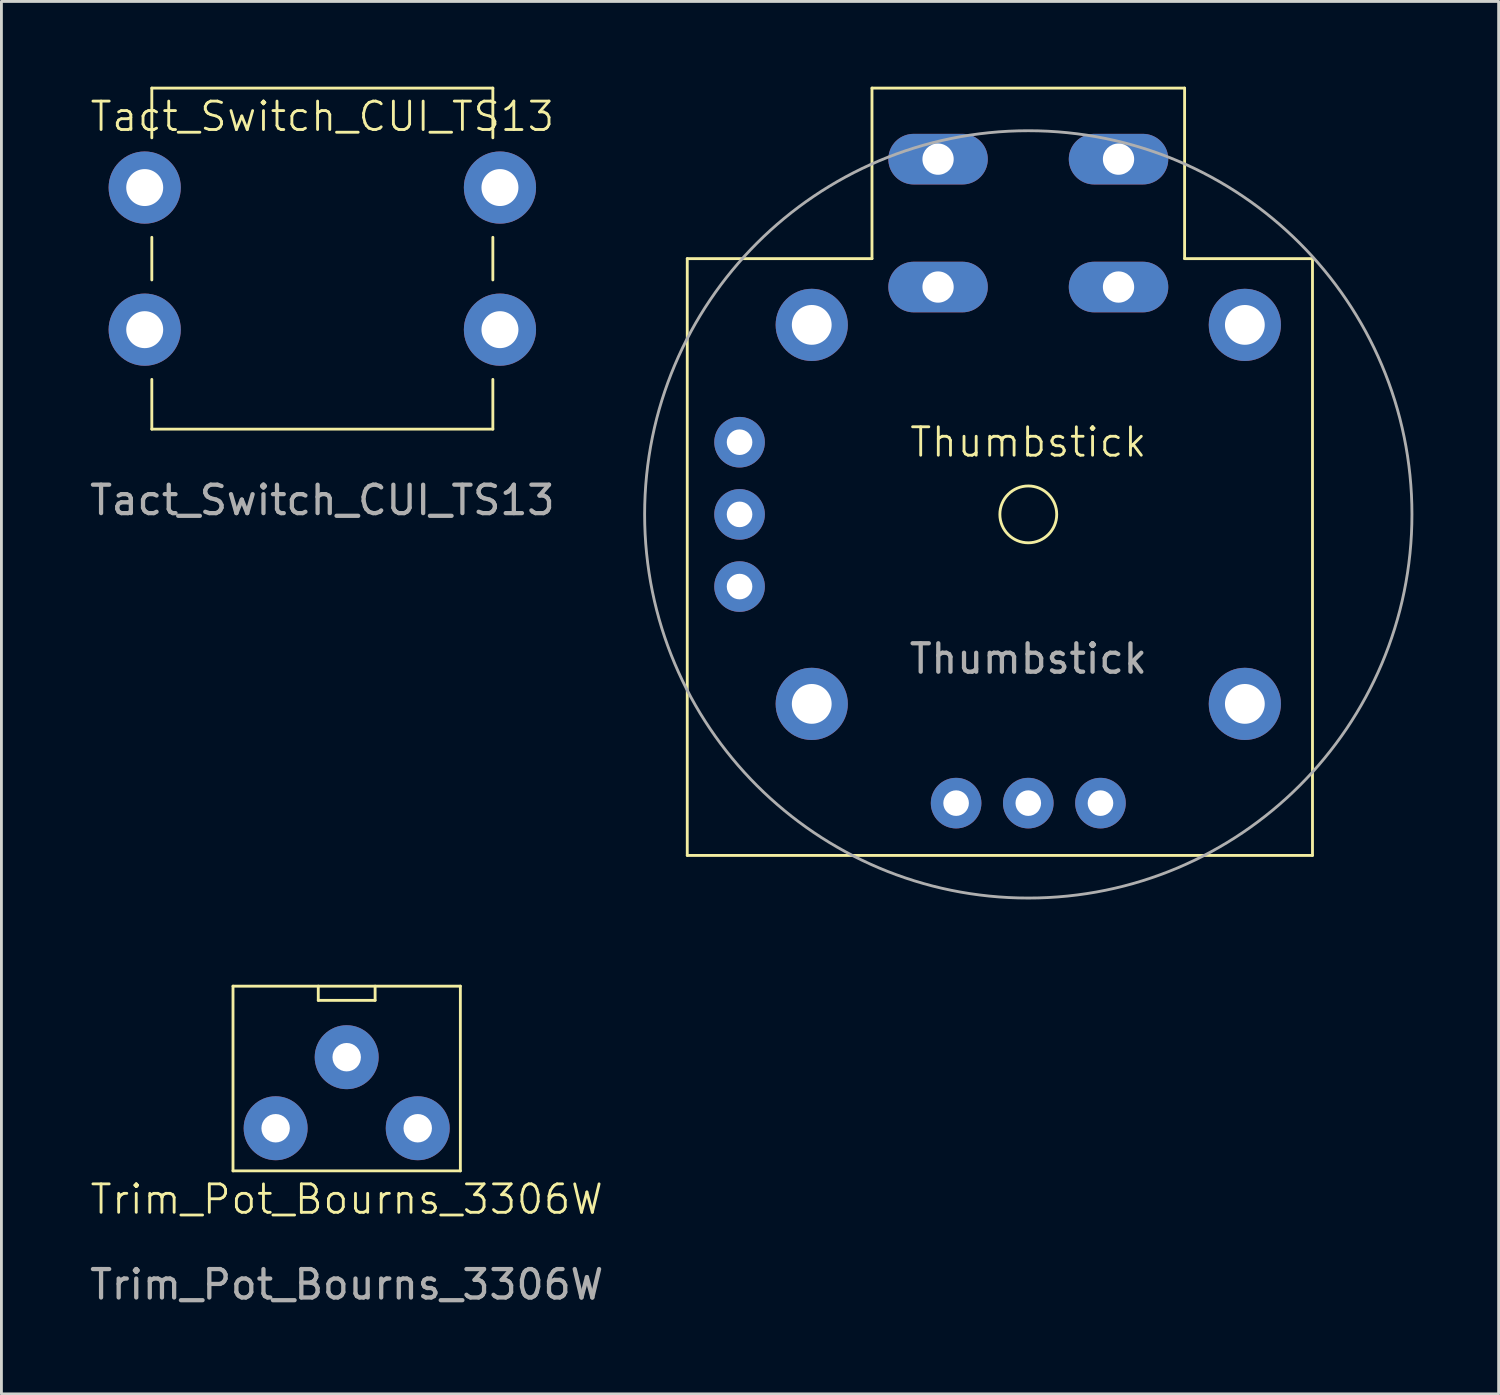
<source format=kicad_pcb>
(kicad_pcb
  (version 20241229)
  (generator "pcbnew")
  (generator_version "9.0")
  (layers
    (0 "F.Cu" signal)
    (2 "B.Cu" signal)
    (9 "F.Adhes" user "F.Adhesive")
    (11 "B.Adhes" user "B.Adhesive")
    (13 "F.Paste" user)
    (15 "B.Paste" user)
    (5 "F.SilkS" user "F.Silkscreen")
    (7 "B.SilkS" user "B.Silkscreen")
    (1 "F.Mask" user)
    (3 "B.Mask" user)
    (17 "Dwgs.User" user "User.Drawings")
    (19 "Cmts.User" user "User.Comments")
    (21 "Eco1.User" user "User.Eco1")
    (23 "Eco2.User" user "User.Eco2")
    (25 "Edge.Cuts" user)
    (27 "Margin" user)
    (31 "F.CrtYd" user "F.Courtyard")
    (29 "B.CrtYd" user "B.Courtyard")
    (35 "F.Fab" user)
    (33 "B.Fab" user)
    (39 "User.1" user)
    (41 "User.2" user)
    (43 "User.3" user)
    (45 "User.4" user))
  (footprint "Trim_Pot_Bourns_3306W"
    (layer "F.Cu")
    (at 9.149 34.15)
    (property "Reference" "Trim_Pot_Bourns_3306W" (at 0 5 0) (unlocked yes) (layer "F.SilkS") (effects (font (size 1 1) (thickness 0.1))))
    (attr through_hole)
    (fp_line (start -4 -2.5) (end -4 4) (stroke (width 0.1) (type default)) (layer "F.SilkS"))
    (fp_line (start -4 -2.5) (end 4 -2.5) (stroke (width 0.1) (type default)) (layer "F.SilkS"))
    (fp_line (start -4 4) (end 4 4) (stroke (width 0.1) (type default)) (layer "F.SilkS"))
    (fp_line (start -1 -2.5) (end -1 -2) (stroke (width 0.1) (type default)) (layer "F.SilkS"))
    (fp_line (start -1 -2) (end 1 -2) (stroke (width 0.1) (type default)) (layer "F.SilkS"))
    (fp_line (start 1 -2) (end 1 -2.5) (stroke (width 0.1) (type default)) (layer "F.SilkS"))
    (fp_line (start 4 -2.5) (end 4 4) (stroke (width 0.1) (type default)) (layer "F.SilkS"))
    (fp_text user "${REFERENCE}" (at 0 8 0) (unlocked yes) (layer "F.Fab") (effects (font (size 1 1) (thickness 0.15))))
    (pad "1" thru_hole circle (at -2.5 2.5) (size 2.25 2.25) (drill 1) (layers "*.Cu" "*.Mask"))
    (pad "2" thru_hole circle (at 0 0) (size 2.25 2.25) (drill 1) (layers "*.Cu" "*.Mask"))
    (pad "3" thru_hole circle (at 2.5 2.5) (size 2.25 2.25) (drill 1) (layers "*.Cu" "*.Mask")))
  (footprint "Tact_Switch_CUI_TS13"
    (layer "F.Cu")
    (at 8.292 6.05)
    (property "Reference" "Tact_Switch_CUI_TS13" (at 0 -5 0) (unlocked yes) (layer "F.SilkS") (effects (font (size 1 1) (thickness 0.1))))
    (attr through_hole)
    (fp_line (start -6 -6) (end -6 -4.25) (stroke (width 0.1) (type default)) (layer "F.SilkS"))
    (fp_line (start -6 -6) (end 6 -6) (stroke (width 0.1) (type default)) (layer "F.SilkS"))
    (fp_line (start -6 -0.75) (end -6 0.75) (stroke (width 0.1) (type default)) (layer "F.SilkS"))
    (fp_line (start -6 6) (end -6 4.25) (stroke (width 0.1) (type default)) (layer "F.SilkS"))
    (fp_line (start -6 6) (end 6 6) (stroke (width 0.1) (type default)) (layer "F.SilkS"))
    (fp_line (start 6 -6) (end 6 -4.25) (stroke (width 0.1) (type default)) (layer "F.SilkS"))
    (fp_line (start 6 -0.75) (end 6 0.75) (stroke (width 0.1) (type default)) (layer "F.SilkS"))
    (fp_line (start 6 6) (end 6 4.25) (stroke (width 0.1) (type default)) (layer "F.SilkS"))
    (fp_text user "${REFERENCE}" (at 0 8.5 0) (unlocked yes) (layer "F.Fab") (effects (font (size 1 1) (thickness 0.15))))
    (pad "1" thru_hole circle (at -6.25 -2.5) (size 2.54 2.54) (drill 1.3) (layers "*.Cu" "*.Mask"))
    (pad "1" thru_hole circle (at 6.25 -2.5) (size 2.54 2.54) (drill 1.3) (layers "*.Cu" "*.Mask"))
    (pad "2" thru_hole circle (at -6.25 2.5) (size 2.54 2.54) (drill 1.3) (layers "*.Cu" "*.Mask"))
    (pad "2" thru_hole circle (at 6.25 2.5) (size 2.54 2.54) (drill 1.3) (layers "*.Cu" "*.Mask")))
  (footprint "Thumbstick"
    (layer "F.Cu")
    (at 33.133 15.05)
    (property "Reference" "Thumbstick" (at 0 -2.54 0) (unlocked yes) (layer "F.SilkS") (effects (font (size 1 1) (thickness 0.1))))
    (attr through_hole)
    (fp_line (start -12 -9) (end -5.5 -9) (stroke (width 0.1) (type default)) (layer "F.SilkS"))
    (fp_line (start -12 12) (end -12 -9) (stroke (width 0.1) (type default)) (layer "F.SilkS"))
    (fp_line (start -5.5 -15) (end 5.5 -15) (stroke (width 0.1) (type default)) (layer "F.SilkS"))
    (fp_line (start -5.5 -9) (end -5.5 -15) (stroke (width 0.1) (type default)) (layer "F.SilkS"))
    (fp_line (start 5.5 -15) (end 5.5 -9) (stroke (width 0.1) (type default)) (layer "F.SilkS"))
    (fp_line (start 5.5 -9) (end 10 -9) (stroke (width 0.1) (type default)) (layer "F.SilkS"))
    (fp_line (start 10 -9) (end 10 12) (stroke (width 0.1) (type default)) (layer "F.SilkS"))
    (fp_line (start 10 12) (end -12 12) (stroke (width 0.1) (type default)) (layer "F.SilkS"))
    (fp_circle (center 0 0) (end 1 0) (stroke (width 0.1) (type default)) (fill no) (layer "F.SilkS"))
    (fp_circle (center 0 0) (end 13.5 0) (stroke (width 0.1) (type default)) (fill no) (layer "F.Fab"))
    (fp_text user "${REFERENCE}" (at 0 5.08 0) (unlocked yes) (layer "F.Fab") (effects (font (size 1 1) (thickness 0.15))))
    (pad "H1" thru_hole circle (at -7.62 -6.668) (size 2.54 2.54) (drill 1.4) (layers "*.Cu" "*.Mask"))
    (pad "H2" thru_hole circle (at -7.62 6.668) (size 2.54 2.54) (drill 1.4) (layers "*.Cu" "*.Mask"))
    (pad "H3" thru_hole circle (at 7.62 6.668) (size 2.54 2.54) (drill 1.4) (layers "*.Cu" "*.Mask"))
    (pad "H4" thru_hole circle (at 7.62 -6.668) (size 2.54 2.54) (drill 1.4) (layers "*.Cu" "*.Mask"))
    (pad "S1" thru_hole oval (at -3.175 -12.5) (size 3.5 1.78) (drill 1.1) (layers "*.Cu" "*.Mask"))
    (pad "S1" thru_hole oval (at 3.175 -12.5) (size 3.5 1.78) (drill 1.1) (layers "*.Cu" "*.Mask"))
    (pad "S2" thru_hole oval (at -3.175 -8) (size 3.5 1.78) (drill 1.1) (layers "*.Cu" "*.Mask"))
    (pad "S2" thru_hole oval (at 3.175 -8) (size 3.5 1.78) (drill 1.1) (layers "*.Cu" "*.Mask"))
    (pad "X1" thru_hole circle (at -2.54 10.16) (size 1.78 1.78) (drill 0.9) (layers "*.Cu" "*.Mask"))
    (pad "X2" thru_hole circle (at 0 10.16) (size 1.78 1.78) (drill 0.9) (layers "*.Cu" "*.Mask"))
    (pad "X3" thru_hole circle (at 2.54 10.16) (size 1.78 1.78) (drill 0.9) (layers "*.Cu" "*.Mask"))
    (pad "Y1" thru_hole circle (at -10.16 -2.54) (size 1.78 1.78) (drill 0.9) (layers "*.Cu" "*.Mask"))
    (pad "Y2" thru_hole circle (at -10.16 0) (size 1.78 1.78) (drill 0.9) (layers "*.Cu" "*.Mask"))
    (pad "Y3" thru_hole circle (at -10.16 2.54) (size 1.78 1.78) (drill 0.9) (layers "*.Cu" "*.Mask")))
  (gr_rect
    (start -3 -3)
    (end 49.683 45.998)
    (stroke (width 0.1) (type default))
    (fill no)
    (layer "Edge.Cuts")))
</source>
